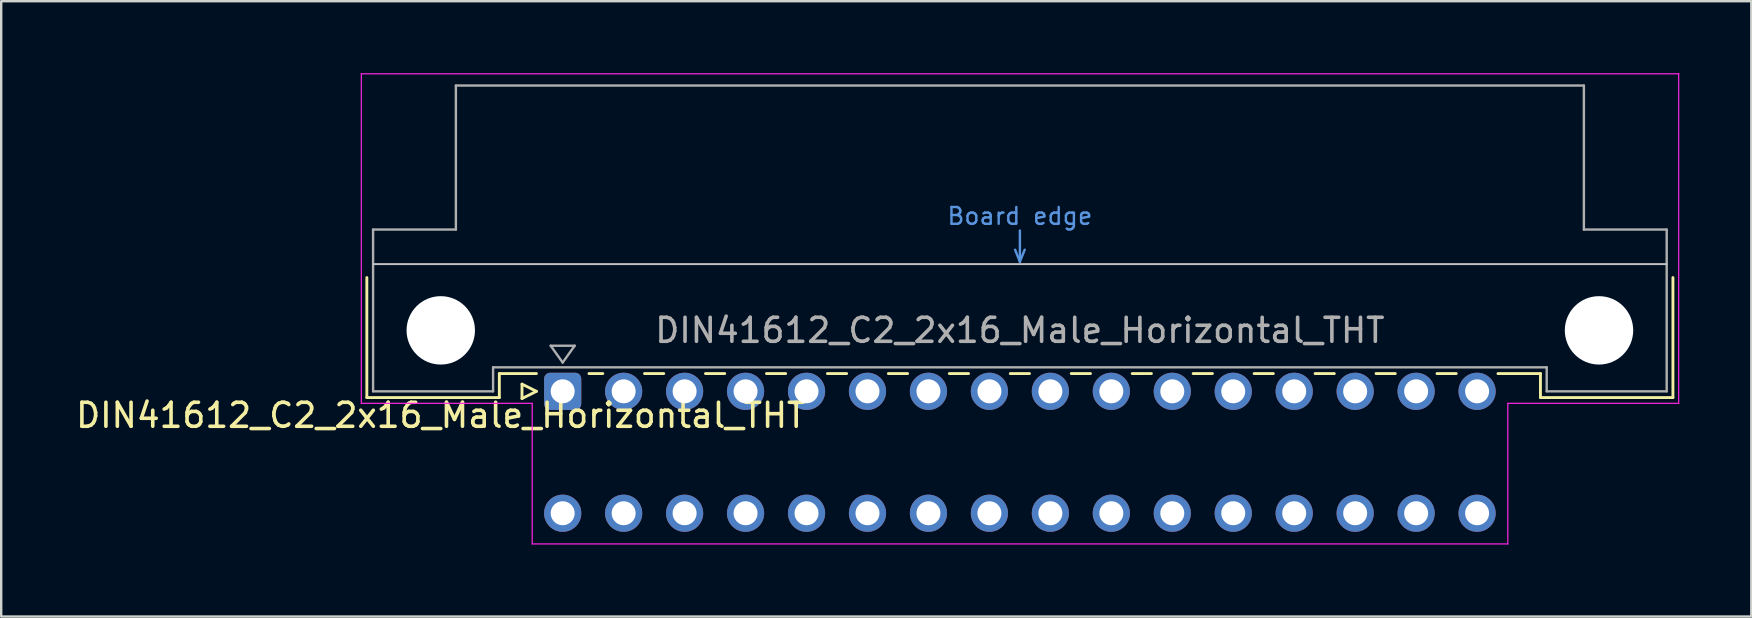
<source format=kicad_pcb>
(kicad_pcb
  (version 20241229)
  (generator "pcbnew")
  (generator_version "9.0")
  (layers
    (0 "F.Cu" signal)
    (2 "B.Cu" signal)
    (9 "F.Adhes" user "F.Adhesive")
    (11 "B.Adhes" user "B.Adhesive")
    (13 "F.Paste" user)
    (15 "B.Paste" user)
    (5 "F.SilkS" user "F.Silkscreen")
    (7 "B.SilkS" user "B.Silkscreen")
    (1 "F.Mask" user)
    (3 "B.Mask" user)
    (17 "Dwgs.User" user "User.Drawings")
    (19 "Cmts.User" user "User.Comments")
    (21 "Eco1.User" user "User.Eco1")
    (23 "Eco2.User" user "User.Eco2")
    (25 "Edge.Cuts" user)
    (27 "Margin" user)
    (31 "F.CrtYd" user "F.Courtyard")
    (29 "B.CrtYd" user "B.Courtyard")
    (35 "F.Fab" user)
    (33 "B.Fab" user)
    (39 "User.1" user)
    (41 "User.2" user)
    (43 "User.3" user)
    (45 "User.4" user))
  (footprint "DIN41612_C2_2x16_Male_Horizontal_THT"
    (layer "F.Cu")
    (at 20.395 13.255)
    (property "Reference" "DIN41612_C2_2x16_Male_Horizontal_THT" (at -5.08 1 0) (layer "F.SilkS") (effects (font (size 1 1) (thickness 0.15))))
    (attr through_hole)
    (fp_line (start -8.16 -4.74) (end -8.16 0.26) (stroke (width 0.12) (type solid)) (layer "F.SilkS"))
    (fp_line (start -8.16 0.26) (end -2.64 0.26) (stroke (width 0.12) (type solid)) (layer "F.SilkS"))
    (fp_line (start -2.64 -0.74) (end -1.095 -0.74) (stroke (width 0.12) (type solid)) (layer "F.SilkS"))
    (fp_line (start -2.64 0.26) (end -2.64 -0.74) (stroke (width 0.12) (type solid)) (layer "F.SilkS"))
    (fp_line (start -1.695 -0.3) (end -1.695 0.3) (stroke (width 0.12) (type solid)) (layer "F.SilkS"))
    (fp_line (start -1.695 0.3) (end -1.095 0) (stroke (width 0.12) (type solid)) (layer "F.SilkS"))
    (fp_line (start -1.095 0) (end -1.695 -0.3) (stroke (width 0.12) (type solid)) (layer "F.SilkS"))
    (fp_line (start 1.095 -0.74) (end 1.671 -0.74) (stroke (width 0.12) (type solid)) (layer "F.SilkS"))
    (fp_line (start 3.41 -0.74) (end 4.211 -0.74) (stroke (width 0.12) (type solid)) (layer "F.SilkS"))
    (fp_line (start 5.95 -0.74) (end 6.751 -0.74) (stroke (width 0.12) (type solid)) (layer "F.SilkS"))
    (fp_line (start 8.49 -0.74) (end 9.291 -0.74) (stroke (width 0.12) (type solid)) (layer "F.SilkS"))
    (fp_line (start 11.03 -0.74) (end 11.831 -0.74) (stroke (width 0.12) (type solid)) (layer "F.SilkS"))
    (fp_line (start 13.57 -0.74) (end 14.371 -0.74) (stroke (width 0.12) (type solid)) (layer "F.SilkS"))
    (fp_line (start 16.11 -0.74) (end 16.911 -0.74) (stroke (width 0.12) (type solid)) (layer "F.SilkS"))
    (fp_line (start 18.65 -0.74) (end 19.451 -0.74) (stroke (width 0.12) (type solid)) (layer "F.SilkS"))
    (fp_line (start 21.19 -0.74) (end 21.991 -0.74) (stroke (width 0.12) (type solid)) (layer "F.SilkS"))
    (fp_line (start 23.73 -0.74) (end 24.531 -0.74) (stroke (width 0.12) (type solid)) (layer "F.SilkS"))
    (fp_line (start 26.27 -0.74) (end 27.071 -0.74) (stroke (width 0.12) (type solid)) (layer "F.SilkS"))
    (fp_line (start 28.81 -0.74) (end 29.611 -0.74) (stroke (width 0.12) (type solid)) (layer "F.SilkS"))
    (fp_line (start 31.35 -0.74) (end 32.151 -0.74) (stroke (width 0.12) (type solid)) (layer "F.SilkS"))
    (fp_line (start 33.89 -0.74) (end 34.691 -0.74) (stroke (width 0.12) (type solid)) (layer "F.SilkS"))
    (fp_line (start 36.43 -0.74) (end 37.231 -0.74) (stroke (width 0.12) (type solid)) (layer "F.SilkS"))
    (fp_line (start 38.97 -0.74) (end 40.74 -0.74) (stroke (width 0.12) (type solid)) (layer "F.SilkS"))
    (fp_line (start 40.74 0.26) (end 40.74 -0.74) (stroke (width 0.12) (type solid)) (layer "F.SilkS"))
    (fp_line (start 46.26 -4.74) (end 46.26 0.26) (stroke (width 0.12) (type solid)) (layer "F.SilkS"))
    (fp_line (start 46.26 0.26) (end 40.74 0.26) (stroke (width 0.12) (type solid)) (layer "F.SilkS"))
    (fp_line (start -7.9 -5.3) (end 46 -5.3) (stroke (width 0.08) (type solid)) (layer "Dwgs.User"))
    (fp_line (start 18.85 -5.9) (end 19.05 -5.4) (stroke (width 0.1) (type solid)) (layer "Cmts.User"))
    (fp_line (start 19.05 -5.4) (end 19.05 -6.7) (stroke (width 0.1) (type solid)) (layer "Cmts.User"))
    (fp_line (start 19.05 -5.4) (end 19.25 -5.9) (stroke (width 0.1) (type solid)) (layer "Cmts.User"))
    (fp_line (start -8.39 -13.23) (end -8.39 0.5) (stroke (width 0.05) (type solid)) (layer "F.CrtYd"))
    (fp_line (start -8.39 0.5) (end -1.27 0.5) (stroke (width 0.05) (type solid)) (layer "F.CrtYd"))
    (fp_line (start -1.27 0.5) (end -1.27 6.36) (stroke (width 0.05) (type solid)) (layer "F.CrtYd"))
    (fp_line (start -1.27 6.36) (end 39.38 6.36) (stroke (width 0.05) (type solid)) (layer "F.CrtYd"))
    (fp_line (start 39.38 0.5) (end 46.5 0.5) (stroke (width 0.05) (type solid)) (layer "F.CrtYd"))
    (fp_line (start 39.38 6.36) (end 39.38 0.5) (stroke (width 0.05) (type solid)) (layer "F.CrtYd"))
    (fp_line (start 46.5 -13.23) (end -8.39 -13.23) (stroke (width 0.05) (type solid)) (layer "F.CrtYd"))
    (fp_line (start 46.5 0.5) (end 46.5 -13.23) (stroke (width 0.05) (type solid)) (layer "F.CrtYd"))
    (fp_line (start -7.9 -6.74) (end -7.9 0) (stroke (width 0.1) (type solid)) (layer "F.Fab"))
    (fp_line (start -7.9 0) (end -2.9 0) (stroke (width 0.1) (type solid)) (layer "F.Fab"))
    (fp_line (start -4.45 -12.74) (end -4.45 -6.74) (stroke (width 0.1) (type solid)) (layer "F.Fab"))
    (fp_line (start -4.45 -6.74) (end -7.9 -6.74) (stroke (width 0.1) (type solid)) (layer "F.Fab"))
    (fp_line (start -2.9 -1) (end 41 -1) (stroke (width 0.1) (type solid)) (layer "F.Fab"))
    (fp_line (start -2.9 0) (end -2.9 -1) (stroke (width 0.1) (type solid)) (layer "F.Fab"))
    (fp_line (start -0.5 -1.9) (end 0.5 -1.9) (stroke (width 0.1) (type solid)) (layer "F.Fab"))
    (fp_line (start 0 -1.2) (end -0.5 -1.9) (stroke (width 0.1) (type solid)) (layer "F.Fab"))
    (fp_line (start 0.5 -1.9) (end 0 -1.2) (stroke (width 0.1) (type solid)) (layer "F.Fab"))
    (fp_line (start 41 -1) (end 41 0) (stroke (width 0.1) (type solid)) (layer "F.Fab"))
    (fp_line (start 41 0) (end 46 0) (stroke (width 0.1) (type solid)) (layer "F.Fab"))
    (fp_line (start 42.55 -12.74) (end -4.45 -12.74) (stroke (width 0.1) (type solid)) (layer "F.Fab"))
    (fp_line (start 42.55 -6.74) (end 42.55 -12.74) (stroke (width 0.1) (type solid)) (layer "F.Fab"))
    (fp_line (start 46 -6.74) (end 42.55 -6.74) (stroke (width 0.1) (type solid)) (layer "F.Fab"))
    (fp_line (start 46 0) (end 46 -6.74) (stroke (width 0.1) (type solid)) (layer "F.Fab"))
    (fp_text user "Board edge" (at 19.05 -7.3 0) (layer "Cmts.User") (effects (font (size 0.7 0.7) (thickness 0.1))))
    (fp_text user "${REFERENCE}" (at 19.05 -2.54 0) (layer "F.Fab") (effects (font (size 1 1) (thickness 0.15))))
    (pad "" np_thru_hole circle (at -5.08 -2.54) (size 2.85 2.85) (drill 2.85) (layers "*.Cu" "*.Mask"))
    (pad "" np_thru_hole circle (at 43.18 -2.54) (size 2.85 2.85) (drill 2.85) (layers "*.Cu" "*.Mask"))
    (pad "a1" thru_hole roundrect (at 0 0) (size 1.55 1.55) (drill 1) (layers "*.Cu" "*.Mask") (roundrect_rratio 0.161))
    (pad "a2" thru_hole circle (at 2.54 0) (size 1.55 1.55) (drill 1) (layers "*.Cu" "*.Mask"))
    (pad "a3" thru_hole circle (at 5.08 0) (size 1.55 1.55) (drill 1) (layers "*.Cu" "*.Mask"))
    (pad "a4" thru_hole circle (at 7.62 0) (size 1.55 1.55) (drill 1) (layers "*.Cu" "*.Mask"))
    (pad "a5" thru_hole circle (at 10.16 0) (size 1.55 1.55) (drill 1) (layers "*.Cu" "*.Mask"))
    (pad "a6" thru_hole circle (at 12.7 0) (size 1.55 1.55) (drill 1) (layers "*.Cu" "*.Mask"))
    (pad "a7" thru_hole circle (at 15.24 0) (size 1.55 1.55) (drill 1) (layers "*.Cu" "*.Mask"))
    (pad "a8" thru_hole circle (at 17.78 0) (size 1.55 1.55) (drill 1) (layers "*.Cu" "*.Mask"))
    (pad "a9" thru_hole circle (at 20.32 0) (size 1.55 1.55) (drill 1) (layers "*.Cu" "*.Mask"))
    (pad "a10" thru_hole circle (at 22.86 0) (size 1.55 1.55) (drill 1) (layers "*.Cu" "*.Mask"))
    (pad "a11" thru_hole circle (at 25.4 0) (size 1.55 1.55) (drill 1) (layers "*.Cu" "*.Mask"))
    (pad "a12" thru_hole circle (at 27.94 0) (size 1.55 1.55) (drill 1) (layers "*.Cu" "*.Mask"))
    (pad "a13" thru_hole circle (at 30.48 0) (size 1.55 1.55) (drill 1) (layers "*.Cu" "*.Mask"))
    (pad "a14" thru_hole circle (at 33.02 0) (size 1.55 1.55) (drill 1) (layers "*.Cu" "*.Mask"))
    (pad "a15" thru_hole circle (at 35.56 0) (size 1.55 1.55) (drill 1) (layers "*.Cu" "*.Mask"))
    (pad "a16" thru_hole circle (at 38.1 0) (size 1.55 1.55) (drill 1) (layers "*.Cu" "*.Mask"))
    (pad "c1" thru_hole circle (at 0 5.08) (size 1.55 1.55) (drill 1) (layers "*.Cu" "*.Mask"))
    (pad "c2" thru_hole circle (at 2.54 5.08) (size 1.55 1.55) (drill 1) (layers "*.Cu" "*.Mask"))
    (pad "c3" thru_hole circle (at 5.08 5.08) (size 1.55 1.55) (drill 1) (layers "*.Cu" "*.Mask"))
    (pad "c4" thru_hole circle (at 7.62 5.08) (size 1.55 1.55) (drill 1) (layers "*.Cu" "*.Mask"))
    (pad "c5" thru_hole circle (at 10.16 5.08) (size 1.55 1.55) (drill 1) (layers "*.Cu" "*.Mask"))
    (pad "c6" thru_hole circle (at 12.7 5.08) (size 1.55 1.55) (drill 1) (layers "*.Cu" "*.Mask"))
    (pad "c7" thru_hole circle (at 15.24 5.08) (size 1.55 1.55) (drill 1) (layers "*.Cu" "*.Mask"))
    (pad "c8" thru_hole circle (at 17.78 5.08) (size 1.55 1.55) (drill 1) (layers "*.Cu" "*.Mask"))
    (pad "c9" thru_hole circle (at 20.32 5.08) (size 1.55 1.55) (drill 1) (layers "*.Cu" "*.Mask"))
    (pad "c10" thru_hole circle (at 22.86 5.08) (size 1.55 1.55) (drill 1) (layers "*.Cu" "*.Mask"))
    (pad "c11" thru_hole circle (at 25.4 5.08) (size 1.55 1.55) (drill 1) (layers "*.Cu" "*.Mask"))
    (pad "c12" thru_hole circle (at 27.94 5.08) (size 1.55 1.55) (drill 1) (layers "*.Cu" "*.Mask"))
    (pad "c13" thru_hole circle (at 30.48 5.08) (size 1.55 1.55) (drill 1) (layers "*.Cu" "*.Mask"))
    (pad "c14" thru_hole circle (at 33.02 5.08) (size 1.55 1.55) (drill 1) (layers "*.Cu" "*.Mask"))
    (pad "c15" thru_hole circle (at 35.56 5.08) (size 1.55 1.55) (drill 1) (layers "*.Cu" "*.Mask"))
    (pad "c16" thru_hole circle (at 38.1 5.08) (size 1.55 1.55) (drill 1) (layers "*.Cu" "*.Mask")))
  (gr_rect
    (start -3 -3)
    (end 69.92 22.64)
    (stroke (width 0.1) (type default))
    (fill no)
    (layer "Edge.Cuts")))
</source>
